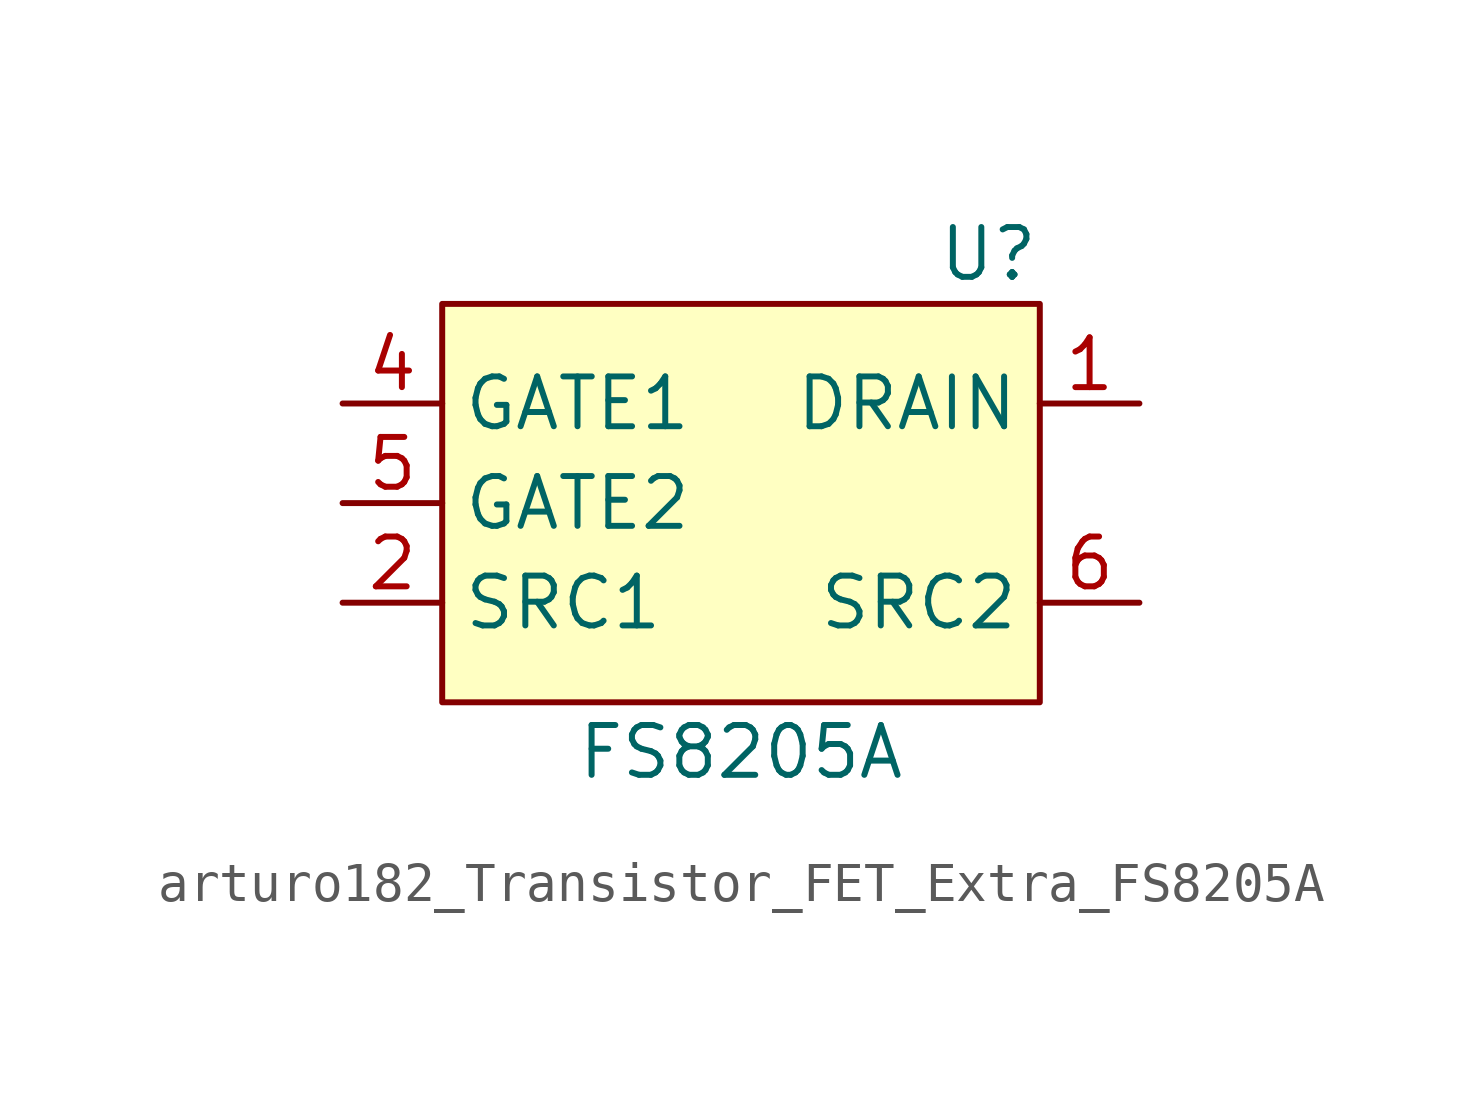
<source format=kicad_sym>
(kicad_symbol_lib
  (version 20220914)
  (generator kicad_symbol_editor)
  (symbol "Transistor_FET_Extra:arturo182_Transistor_FET_Extra_FS8205A"
    (property "Reference" "U"
      (at 7.62 6.35 0)
      (effects (font (size 1.27 1.27)) (justify right)))
    (property "Value" "FS8205A"
      (at 0 -6.35 0)
      (effects (font (size 1.27 1.27))))
    (symbol "arturo182_Transistor_FET_Extra_FS8205A_0_1"
      (rectangle (start -7.62 5.08) (end 7.62 -5.08) (stroke (width 0)) (fill (type background))))
    (symbol "arturo182_Transistor_FET_Extra_FS8205A_1_1"
      (pin output line (at 10.16 2.54 180) (length 2.54) (name "DRAIN" (effects (font (size 1.27 1.27)))) (number "1" (effects (font (size 1.27 1.27)))))
      (pin input line (at -10.16 -2.54 0) (length 2.54) (name "SRC1" (effects (font (size 1.27 1.27)))) (number "2" (effects (font (size 1.27 1.27)))))
      (pin passive line (at -10.16 -2.54 0) (length 2.54) hide (name "SRC1" (effects (font (size 1.27 1.27)))) (number "3" (effects (font (size 1.27 1.27)))))
      (pin input line (at -10.16 2.54 0) (length 2.54) (name "GATE1" (effects (font (size 1.27 1.27)))) (number "4" (effects (font (size 1.27 1.27)))))
      (pin input line (at -10.16 0 0) (length 2.54) (name "GATE2" (effects (font (size 1.27 1.27)))) (number "5" (effects (font (size 1.27 1.27)))))
      (pin input line (at 10.16 -2.54 180) (length 2.54) (name "SRC2" (effects (font (size 1.27 1.27)))) (number "6" (effects (font (size 1.27 1.27)))))
      (pin passive line (at 10.16 -2.54 180) (length 2.54) hide (name "SRC2" (effects (font (size 1.27 1.27)))) (number "7" (effects (font (size 1.27 1.27)))))
      (pin passive line (at 10.16 2.54 180) (length 2.54) hide (name "DRAIN" (effects (font (size 1.27 1.27)))) (number "8" (effects (font (size 1.27 1.27))))))))
</source>
